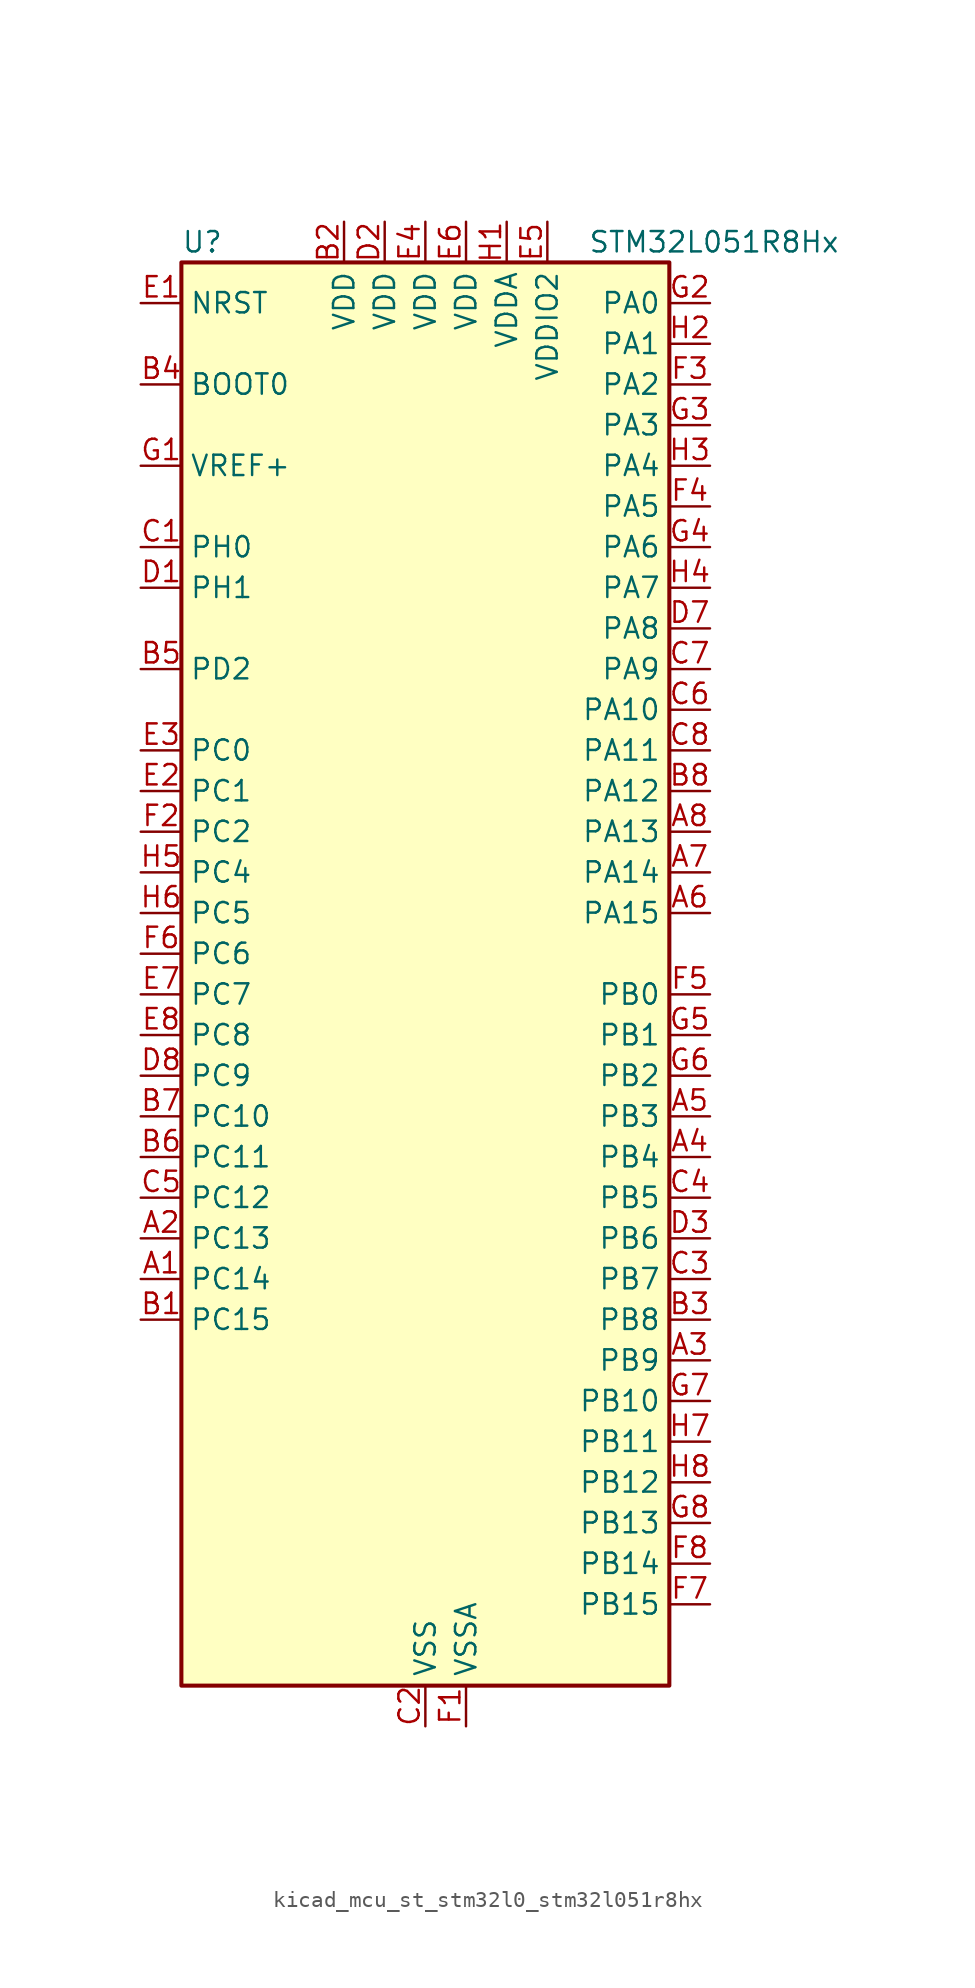
<source format=kicad_sym>
(kicad_symbol_lib
  (version 20220914)
  (generator kicad_symbol_editor)
  (symbol "kicad_mcu_st_stm32l0_stm32l051r8hx"
    (property "Reference" "U"
      (at -15.24 46.99 0)
      (effects (font (size 1.27 1.27)) (justify left)))
    (property "Value" "STM32L051R8Hx"
      (at 10.16 46.99 0)
      (effects (font (size 1.27 1.27)) (justify left)))
    (property "ki_locked" ""
      (at 0 0 0)
      (effects (font (size 1.27 1.27))))
    (symbol "kicad_mcu_st_stm32l0_stm32l051r8hx_0_1"
      (rectangle (start -15.24 -43.18) (end 15.24 45.72) (stroke (width 0.254) (type default)) (fill (type background))))
    (symbol "kicad_mcu_st_stm32l0_stm32l051r8hx_1_1"
      (pin bidirectional line (at -17.78 -17.78 0) (length 2.54) (name "PC14" (effects (font (size 1.27 1.27)))) (number "A1" (effects (font (size 1.27 1.27)))) (alternate "RCC_OSC32_IN" bidirectional line))
      (pin bidirectional line (at -17.78 -15.24 0) (length 2.54) (name "PC13" (effects (font (size 1.27 1.27)))) (number "A2" (effects (font (size 1.27 1.27)))) (alternate "RTC_OUT_ALARM" bidirectional line) (alternate "RTC_OUT_CALIB" bidirectional line) (alternate "RTC_TAMP1" bidirectional line) (alternate "RTC_TS" bidirectional line) (alternate "SYS_WKUP2" bidirectional line))
      (pin bidirectional line (at 17.78 -22.86 180) (length 2.54) (name "PB9" (effects (font (size 1.27 1.27)))) (number "A3" (effects (font (size 1.27 1.27)))) (alternate "I2C1_SDA" bidirectional line) (alternate "I2S2_WS" bidirectional line) (alternate "SPI2_NSS" bidirectional line))
      (pin bidirectional line (at 17.78 -10.16 180) (length 2.54) (name "PB4" (effects (font (size 1.27 1.27)))) (number "A4" (effects (font (size 1.27 1.27)))) (alternate "COMP2_INP" bidirectional line) (alternate "SPI1_MISO" bidirectional line) (alternate "TIM22_CH1" bidirectional line))
      (pin bidirectional line (at 17.78 -7.62 180) (length 2.54) (name "PB3" (effects (font (size 1.27 1.27)))) (number "A5" (effects (font (size 1.27 1.27)))) (alternate "COMP2_INM" bidirectional line) (alternate "SPI1_SCK" bidirectional line) (alternate "TIM2_CH2" bidirectional line))
      (pin bidirectional line (at 17.78 5.08 180) (length 2.54) (name "PA15" (effects (font (size 1.27 1.27)))) (number "A6" (effects (font (size 1.27 1.27)))) (alternate "SPI1_NSS" bidirectional line) (alternate "TIM2_CH1" bidirectional line) (alternate "TIM2_ETR" bidirectional line) (alternate "USART2_RX" bidirectional line))
      (pin bidirectional line (at 17.78 7.62 180) (length 2.54) (name "PA14" (effects (font (size 1.27 1.27)))) (number "A7" (effects (font (size 1.27 1.27)))) (alternate "SYS_SWCLK" bidirectional line) (alternate "USART2_TX" bidirectional line))
      (pin bidirectional line (at 17.78 10.16 180) (length 2.54) (name "PA13" (effects (font (size 1.27 1.27)))) (number "A8" (effects (font (size 1.27 1.27)))) (alternate "SYS_SWDIO" bidirectional line))
      (pin bidirectional line (at -17.78 -20.32 0) (length 2.54) (name "PC15" (effects (font (size 1.27 1.27)))) (number "B1" (effects (font (size 1.27 1.27)))) (alternate "RCC_OSC32_OUT" bidirectional line))
      (pin power_in line (at -5.08 48.26 270) (length 2.54) (name "VDD" (effects (font (size 1.27 1.27)))) (number "B2" (effects (font (size 1.27 1.27)))))
      (pin bidirectional line (at 17.78 -20.32 180) (length 2.54) (name "PB8" (effects (font (size 1.27 1.27)))) (number "B3" (effects (font (size 1.27 1.27)))) (alternate "I2C1_SCL" bidirectional line))
      (pin input line (at -17.78 38.1 0) (length 2.54) (name "BOOT0" (effects (font (size 1.27 1.27)))) (number "B4" (effects (font (size 1.27 1.27)))))
      (pin bidirectional line (at -17.78 20.32 0) (length 2.54) (name "PD2" (effects (font (size 1.27 1.27)))) (number "B5" (effects (font (size 1.27 1.27)))) (alternate "LPUART1_DE" bidirectional line) (alternate "LPUART1_RTS" bidirectional line))
      (pin bidirectional line (at -17.78 -10.16 0) (length 2.54) (name "PC11" (effects (font (size 1.27 1.27)))) (number "B6" (effects (font (size 1.27 1.27)))) (alternate "ADC_EXTI11" bidirectional line) (alternate "LPUART1_RX" bidirectional line))
      (pin bidirectional line (at -17.78 -7.62 0) (length 2.54) (name "PC10" (effects (font (size 1.27 1.27)))) (number "B7" (effects (font (size 1.27 1.27)))) (alternate "LPUART1_TX" bidirectional line))
      (pin bidirectional line (at 17.78 12.7 180) (length 2.54) (name "PA12" (effects (font (size 1.27 1.27)))) (number "B8" (effects (font (size 1.27 1.27)))) (alternate "COMP2_OUT" bidirectional line) (alternate "SPI1_MOSI" bidirectional line) (alternate "USART1_DE" bidirectional line) (alternate "USART1_RTS" bidirectional line))
      (pin bidirectional line (at -17.78 27.94 0) (length 2.54) (name "PH0" (effects (font (size 1.27 1.27)))) (number "C1" (effects (font (size 1.27 1.27)))) (alternate "RCC_OSC_IN" bidirectional line))
      (pin power_in line (at 0 -45.72 90) (length 2.54) (name "VSS" (effects (font (size 1.27 1.27)))) (number "C2" (effects (font (size 1.27 1.27)))))
      (pin bidirectional line (at 17.78 -17.78 180) (length 2.54) (name "PB7" (effects (font (size 1.27 1.27)))) (number "C3" (effects (font (size 1.27 1.27)))) (alternate "COMP2_INP" bidirectional line) (alternate "I2C1_SDA" bidirectional line) (alternate "LPTIM1_IN2" bidirectional line) (alternate "SYS_PVD_IN" bidirectional line) (alternate "USART1_RX" bidirectional line))
      (pin bidirectional line (at 17.78 -12.7 180) (length 2.54) (name "PB5" (effects (font (size 1.27 1.27)))) (number "C4" (effects (font (size 1.27 1.27)))) (alternate "COMP2_INP" bidirectional line) (alternate "I2C1_SMBA" bidirectional line) (alternate "LPTIM1_IN1" bidirectional line) (alternate "SPI1_MOSI" bidirectional line) (alternate "TIM22_CH2" bidirectional line))
      (pin bidirectional line (at -17.78 -12.7 0) (length 2.54) (name "PC12" (effects (font (size 1.27 1.27)))) (number "C5" (effects (font (size 1.27 1.27)))))
      (pin bidirectional line (at 17.78 17.78 180) (length 2.54) (name "PA10" (effects (font (size 1.27 1.27)))) (number "C6" (effects (font (size 1.27 1.27)))) (alternate "USART1_RX" bidirectional line))
      (pin bidirectional line (at 17.78 20.32 180) (length 2.54) (name "PA9" (effects (font (size 1.27 1.27)))) (number "C7" (effects (font (size 1.27 1.27)))) (alternate "RCC_MCO" bidirectional line) (alternate "USART1_TX" bidirectional line))
      (pin bidirectional line (at 17.78 15.24 180) (length 2.54) (name "PA11" (effects (font (size 1.27 1.27)))) (number "C8" (effects (font (size 1.27 1.27)))) (alternate "ADC_EXTI11" bidirectional line) (alternate "COMP1_OUT" bidirectional line) (alternate "SPI1_MISO" bidirectional line) (alternate "USART1_CTS" bidirectional line))
      (pin bidirectional line (at -17.78 25.4 0) (length 2.54) (name "PH1" (effects (font (size 1.27 1.27)))) (number "D1" (effects (font (size 1.27 1.27)))) (alternate "RCC_OSC_OUT" bidirectional line))
      (pin power_in line (at -2.54 48.26 270) (length 2.54) (name "VDD" (effects (font (size 1.27 1.27)))) (number "D2" (effects (font (size 1.27 1.27)))))
      (pin bidirectional line (at 17.78 -15.24 180) (length 2.54) (name "PB6" (effects (font (size 1.27 1.27)))) (number "D3" (effects (font (size 1.27 1.27)))) (alternate "COMP2_INP" bidirectional line) (alternate "I2C1_SCL" bidirectional line) (alternate "LPTIM1_ETR" bidirectional line) (alternate "USART1_TX" bidirectional line))
      (pin passive line (at 0 -45.72 90) (length 2.54) hide (name "VSS" (effects (font (size 1.27 1.27)))) (number "D4" (effects (font (size 1.27 1.27)))))
      (pin passive line (at 0 -45.72 90) (length 2.54) hide (name "VSS" (effects (font (size 1.27 1.27)))) (number "D5" (effects (font (size 1.27 1.27)))))
      (pin passive line (at 0 -45.72 90) (length 2.54) hide (name "VSS" (effects (font (size 1.27 1.27)))) (number "D6" (effects (font (size 1.27 1.27)))))
      (pin bidirectional line (at 17.78 22.86 180) (length 2.54) (name "PA8" (effects (font (size 1.27 1.27)))) (number "D7" (effects (font (size 1.27 1.27)))) (alternate "RCC_MCO" bidirectional line) (alternate "USART1_CK" bidirectional line))
      (pin bidirectional line (at -17.78 -5.08 0) (length 2.54) (name "PC9" (effects (font (size 1.27 1.27)))) (number "D8" (effects (font (size 1.27 1.27)))) (alternate "TIM21_ETR" bidirectional line))
      (pin input line (at -17.78 43.18 0) (length 2.54) (name "NRST" (effects (font (size 1.27 1.27)))) (number "E1" (effects (font (size 1.27 1.27)))))
      (pin bidirectional line (at -17.78 12.7 0) (length 2.54) (name "PC1" (effects (font (size 1.27 1.27)))) (number "E2" (effects (font (size 1.27 1.27)))) (alternate "ADC_IN11" bidirectional line) (alternate "LPTIM1_OUT" bidirectional line))
      (pin bidirectional line (at -17.78 15.24 0) (length 2.54) (name "PC0" (effects (font (size 1.27 1.27)))) (number "E3" (effects (font (size 1.27 1.27)))) (alternate "ADC_IN10" bidirectional line) (alternate "LPTIM1_IN1" bidirectional line))
      (pin power_in line (at 0 48.26 270) (length 2.54) (name "VDD" (effects (font (size 1.27 1.27)))) (number "E4" (effects (font (size 1.27 1.27)))))
      (pin power_in line (at 7.62 48.26 270) (length 2.54) (name "VDDIO2" (effects (font (size 1.27 1.27)))) (number "E5" (effects (font (size 1.27 1.27)))))
      (pin power_in line (at 2.54 48.26 270) (length 2.54) (name "VDD" (effects (font (size 1.27 1.27)))) (number "E6" (effects (font (size 1.27 1.27)))))
      (pin bidirectional line (at -17.78 0 0) (length 2.54) (name "PC7" (effects (font (size 1.27 1.27)))) (number "E7" (effects (font (size 1.27 1.27)))) (alternate "TIM22_CH2" bidirectional line))
      (pin bidirectional line (at -17.78 -2.54 0) (length 2.54) (name "PC8" (effects (font (size 1.27 1.27)))) (number "E8" (effects (font (size 1.27 1.27)))) (alternate "TIM22_ETR" bidirectional line))
      (pin power_in line (at 2.54 -45.72 90) (length 2.54) (name "VSSA" (effects (font (size 1.27 1.27)))) (number "F1" (effects (font (size 1.27 1.27)))))
      (pin bidirectional line (at -17.78 10.16 0) (length 2.54) (name "PC2" (effects (font (size 1.27 1.27)))) (number "F2" (effects (font (size 1.27 1.27)))) (alternate "ADC_IN12" bidirectional line) (alternate "I2S2_MCK" bidirectional line) (alternate "LPTIM1_IN2" bidirectional line) (alternate "SPI2_MISO" bidirectional line))
      (pin bidirectional line (at 17.78 38.1 180) (length 2.54) (name "PA2" (effects (font (size 1.27 1.27)))) (number "F3" (effects (font (size 1.27 1.27)))) (alternate "ADC_IN2" bidirectional line) (alternate "COMP2_INM" bidirectional line) (alternate "COMP2_OUT" bidirectional line) (alternate "TIM21_CH1" bidirectional line) (alternate "TIM2_CH3" bidirectional line) (alternate "USART2_TX" bidirectional line))
      (pin bidirectional line (at 17.78 30.48 180) (length 2.54) (name "PA5" (effects (font (size 1.27 1.27)))) (number "F4" (effects (font (size 1.27 1.27)))) (alternate "ADC_IN5" bidirectional line) (alternate "COMP1_INM" bidirectional line) (alternate "COMP2_INM" bidirectional line) (alternate "SPI1_SCK" bidirectional line) (alternate "TIM2_CH1" bidirectional line) (alternate "TIM2_ETR" bidirectional line))
      (pin bidirectional line (at 17.78 0 180) (length 2.54) (name "PB0" (effects (font (size 1.27 1.27)))) (number "F5" (effects (font (size 1.27 1.27)))) (alternate "ADC_IN8" bidirectional line) (alternate "SYS_VREF_OUT_PB0" bidirectional line))
      (pin bidirectional line (at -17.78 2.54 0) (length 2.54) (name "PC6" (effects (font (size 1.27 1.27)))) (number "F6" (effects (font (size 1.27 1.27)))) (alternate "TIM22_CH1" bidirectional line))
      (pin bidirectional line (at 17.78 -38.1 180) (length 2.54) (name "PB15" (effects (font (size 1.27 1.27)))) (number "F7" (effects (font (size 1.27 1.27)))) (alternate "I2S2_SD" bidirectional line) (alternate "RTC_REFIN" bidirectional line) (alternate "SPI2_MOSI" bidirectional line))
      (pin bidirectional line (at 17.78 -35.56 180) (length 2.54) (name "PB14" (effects (font (size 1.27 1.27)))) (number "F8" (effects (font (size 1.27 1.27)))) (alternate "I2C2_SDA" bidirectional line) (alternate "I2S2_MCK" bidirectional line) (alternate "LPUART1_DE" bidirectional line) (alternate "LPUART1_RTS" bidirectional line) (alternate "RTC_OUT_ALARM" bidirectional line) (alternate "RTC_OUT_CALIB" bidirectional line) (alternate "SPI2_MISO" bidirectional line) (alternate "TIM21_CH2" bidirectional line))
      (pin input line (at -17.78 33.02 0) (length 2.54) (name "VREF+" (effects (font (size 1.27 1.27)))) (number "G1" (effects (font (size 1.27 1.27)))))
      (pin bidirectional line (at 17.78 43.18 180) (length 2.54) (name "PA0" (effects (font (size 1.27 1.27)))) (number "G2" (effects (font (size 1.27 1.27)))) (alternate "ADC_IN0" bidirectional line) (alternate "COMP1_INM" bidirectional line) (alternate "COMP1_OUT" bidirectional line) (alternate "RTC_TAMP2" bidirectional line) (alternate "SYS_WKUP1" bidirectional line) (alternate "TIM2_CH1" bidirectional line) (alternate "TIM2_ETR" bidirectional line) (alternate "USART2_CTS" bidirectional line))
      (pin bidirectional line (at 17.78 35.56 180) (length 2.54) (name "PA3" (effects (font (size 1.27 1.27)))) (number "G3" (effects (font (size 1.27 1.27)))) (alternate "ADC_IN3" bidirectional line) (alternate "COMP2_INP" bidirectional line) (alternate "TIM21_CH2" bidirectional line) (alternate "TIM2_CH4" bidirectional line) (alternate "USART2_RX" bidirectional line))
      (pin bidirectional line (at 17.78 27.94 180) (length 2.54) (name "PA6" (effects (font (size 1.27 1.27)))) (number "G4" (effects (font (size 1.27 1.27)))) (alternate "ADC_IN6" bidirectional line) (alternate "COMP1_OUT" bidirectional line) (alternate "LPUART1_CTS" bidirectional line) (alternate "SPI1_MISO" bidirectional line) (alternate "TIM22_CH1" bidirectional line))
      (pin bidirectional line (at 17.78 -2.54 180) (length 2.54) (name "PB1" (effects (font (size 1.27 1.27)))) (number "G5" (effects (font (size 1.27 1.27)))) (alternate "ADC_IN9" bidirectional line) (alternate "LPUART1_DE" bidirectional line) (alternate "LPUART1_RTS" bidirectional line) (alternate "SYS_VREF_OUT_PB1" bidirectional line))
      (pin bidirectional line (at 17.78 -5.08 180) (length 2.54) (name "PB2" (effects (font (size 1.27 1.27)))) (number "G6" (effects (font (size 1.27 1.27)))) (alternate "LPTIM1_OUT" bidirectional line))
      (pin bidirectional line (at 17.78 -25.4 180) (length 2.54) (name "PB10" (effects (font (size 1.27 1.27)))) (number "G7" (effects (font (size 1.27 1.27)))) (alternate "I2C2_SCL" bidirectional line) (alternate "LPUART1_TX" bidirectional line) (alternate "SPI2_SCK" bidirectional line) (alternate "TIM2_CH3" bidirectional line))
      (pin bidirectional line (at 17.78 -33.02 180) (length 2.54) (name "PB13" (effects (font (size 1.27 1.27)))) (number "G8" (effects (font (size 1.27 1.27)))) (alternate "I2C2_SCL" bidirectional line) (alternate "I2S2_CK" bidirectional line) (alternate "LPUART1_CTS" bidirectional line) (alternate "SPI2_SCK" bidirectional line) (alternate "TIM21_CH1" bidirectional line))
      (pin power_in line (at 5.08 48.26 270) (length 2.54) (name "VDDA" (effects (font (size 1.27 1.27)))) (number "H1" (effects (font (size 1.27 1.27)))))
      (pin bidirectional line (at 17.78 40.64 180) (length 2.54) (name "PA1" (effects (font (size 1.27 1.27)))) (number "H2" (effects (font (size 1.27 1.27)))) (alternate "ADC_IN1" bidirectional line) (alternate "COMP1_INP" bidirectional line) (alternate "TIM21_ETR" bidirectional line) (alternate "TIM2_CH2" bidirectional line) (alternate "USART2_DE" bidirectional line) (alternate "USART2_RTS" bidirectional line))
      (pin bidirectional line (at 17.78 33.02 180) (length 2.54) (name "PA4" (effects (font (size 1.27 1.27)))) (number "H3" (effects (font (size 1.27 1.27)))) (alternate "ADC_IN4" bidirectional line) (alternate "COMP1_INM" bidirectional line) (alternate "COMP2_INM" bidirectional line) (alternate "SPI1_NSS" bidirectional line) (alternate "TIM22_ETR" bidirectional line) (alternate "USART2_CK" bidirectional line))
      (pin bidirectional line (at 17.78 25.4 180) (length 2.54) (name "PA7" (effects (font (size 1.27 1.27)))) (number "H4" (effects (font (size 1.27 1.27)))) (alternate "ADC_IN7" bidirectional line) (alternate "COMP2_OUT" bidirectional line) (alternate "SPI1_MOSI" bidirectional line) (alternate "TIM22_CH2" bidirectional line))
      (pin bidirectional line (at -17.78 7.62 0) (length 2.54) (name "PC4" (effects (font (size 1.27 1.27)))) (number "H5" (effects (font (size 1.27 1.27)))) (alternate "ADC_IN14" bidirectional line) (alternate "LPUART1_TX" bidirectional line))
      (pin bidirectional line (at -17.78 5.08 0) (length 2.54) (name "PC5" (effects (font (size 1.27 1.27)))) (number "H6" (effects (font (size 1.27 1.27)))) (alternate "ADC_IN15" bidirectional line) (alternate "LPUART1_RX" bidirectional line))
      (pin bidirectional line (at 17.78 -27.94 180) (length 2.54) (name "PB11" (effects (font (size 1.27 1.27)))) (number "H7" (effects (font (size 1.27 1.27)))) (alternate "ADC_EXTI11" bidirectional line) (alternate "I2C2_SDA" bidirectional line) (alternate "LPUART1_RX" bidirectional line) (alternate "TIM2_CH4" bidirectional line))
      (pin bidirectional line (at 17.78 -30.48 180) (length 2.54) (name "PB12" (effects (font (size 1.27 1.27)))) (number "H8" (effects (font (size 1.27 1.27)))) (alternate "I2S2_WS" bidirectional line) (alternate "LPUART1_DE" bidirectional line) (alternate "LPUART1_RTS" bidirectional line) (alternate "SPI2_NSS" bidirectional line)))))
</source>
